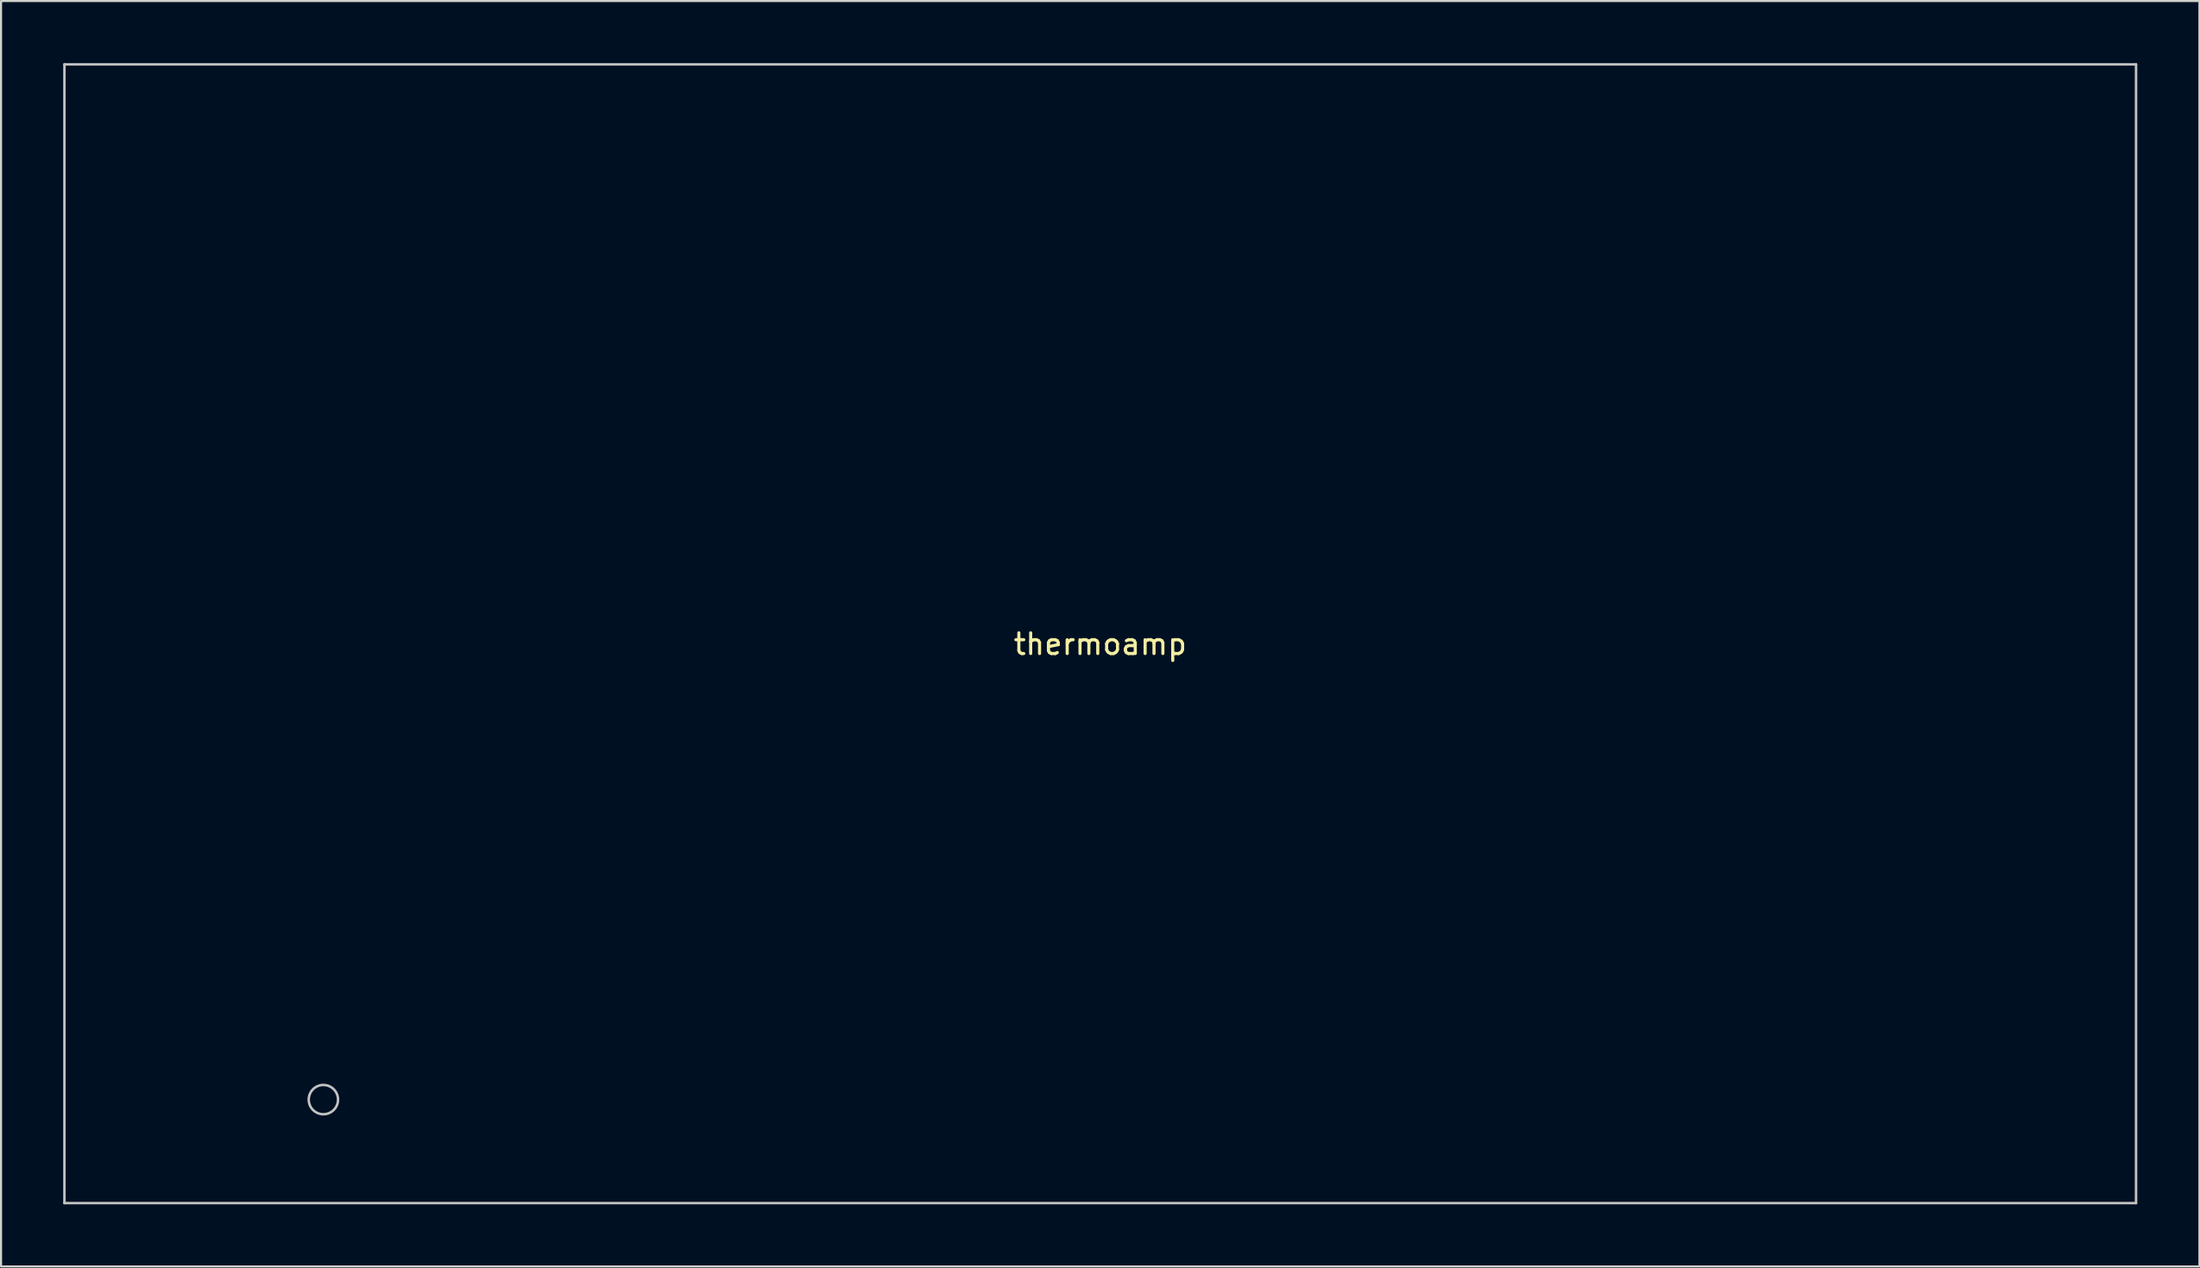
<source format=kicad_pcb>
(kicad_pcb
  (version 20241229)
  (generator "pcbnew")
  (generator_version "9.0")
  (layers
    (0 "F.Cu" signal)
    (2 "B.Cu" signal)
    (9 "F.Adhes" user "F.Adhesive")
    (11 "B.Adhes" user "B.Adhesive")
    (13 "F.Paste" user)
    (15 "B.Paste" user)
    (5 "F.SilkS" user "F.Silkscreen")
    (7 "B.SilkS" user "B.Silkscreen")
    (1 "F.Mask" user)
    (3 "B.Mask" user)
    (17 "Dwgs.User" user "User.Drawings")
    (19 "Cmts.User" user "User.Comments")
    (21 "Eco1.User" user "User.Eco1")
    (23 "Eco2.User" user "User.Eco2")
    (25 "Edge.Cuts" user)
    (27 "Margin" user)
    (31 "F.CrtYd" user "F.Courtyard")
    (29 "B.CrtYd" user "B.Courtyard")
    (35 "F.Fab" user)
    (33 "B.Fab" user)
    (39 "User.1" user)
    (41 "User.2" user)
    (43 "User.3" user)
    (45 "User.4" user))
  (footprint "thermoamp"
    (layer "F.Cu")
    (at 50.06 27.56)
    (property "Reference" "thermoamp" (at 0 0.5 0) (layer "F.SilkS") (effects (font (size 1 1) (thickness 0.15))))
    (attr through_hole)
    (fp_line (start -50 -27.5) (end 50 -27.5) (stroke (width 0.12) (type solid)) (layer "Dwgs.User"))
    (fp_line (start -50 27.5) (end -50 -27.5) (stroke (width 0.12) (type solid)) (layer "Dwgs.User"))
    (fp_line (start 50 -27.5) (end 50 27.5) (stroke (width 0.12) (type solid)) (layer "Dwgs.User"))
    (fp_line (start 50 27.5) (end -50 27.5) (stroke (width 0.12) (type solid)) (layer "Dwgs.User"))
    (fp_circle (center -37.5 22.5) (end -37 23) (stroke (width 0.12) (type solid)) (fill no) (layer "Dwgs.User")))
  (gr_rect
    (start -3 -3)
    (end 103.12 58.12)
    (stroke (width 0.1) (type default))
    (fill no)
    (layer "Edge.Cuts")))
</source>
